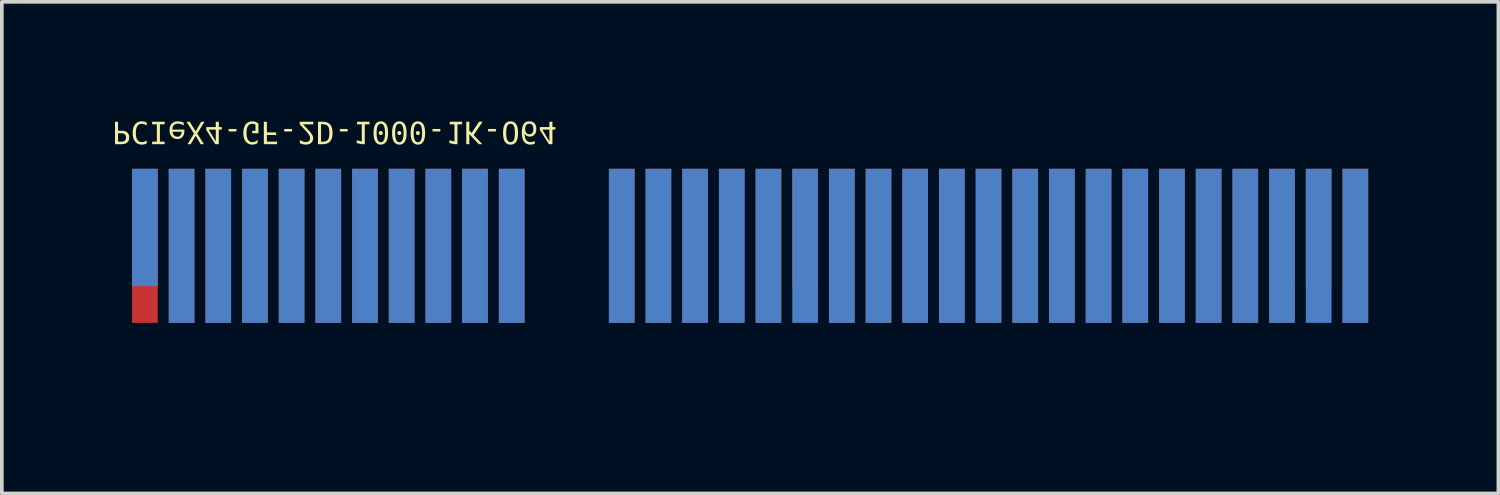
<source format=kicad_pcb>
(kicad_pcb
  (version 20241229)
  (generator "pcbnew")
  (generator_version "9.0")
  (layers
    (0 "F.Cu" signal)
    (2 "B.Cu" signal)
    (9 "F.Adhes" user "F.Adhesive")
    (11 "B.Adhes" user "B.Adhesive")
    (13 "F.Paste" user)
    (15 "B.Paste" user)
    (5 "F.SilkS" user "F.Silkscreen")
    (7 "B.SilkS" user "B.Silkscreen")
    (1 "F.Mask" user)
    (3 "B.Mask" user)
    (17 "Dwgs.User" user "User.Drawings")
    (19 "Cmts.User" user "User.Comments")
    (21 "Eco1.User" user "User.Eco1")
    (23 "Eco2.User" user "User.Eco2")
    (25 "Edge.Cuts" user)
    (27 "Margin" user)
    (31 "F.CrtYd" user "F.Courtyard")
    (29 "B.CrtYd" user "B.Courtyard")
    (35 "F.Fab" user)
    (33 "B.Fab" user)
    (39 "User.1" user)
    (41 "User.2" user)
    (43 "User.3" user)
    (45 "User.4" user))
  (footprint "PCIeX4-GF-2D-1000-1K-O64"
    (layer "F.Cu")
    (at 10.4 3.652)
    (property "Reference" "PCIeX4-GF-2D-1000-1K-O64" (at -10.395 -3.485 180) (unlocked yes) (layer "F.SilkS") (effects (font (face "Consolas") (size 0.6 0.6) (thickness 0.15)) (justify left bottom mirror)))
    (attr allow_soldermask_bridges)
    (fp_rect (start -10.4 3.75) (end 24.4 -2.225) (stroke (width 0) (type default)) (fill yes) (layer "F.Mask"))
    (fp_rect (start -10.4 3.75) (end 24.4 -2.225) (stroke (width 0) (type default)) (fill yes) (layer "B.Mask"))
    (pad "A1" smd rect (at -9.5 -0.5) (size 0.7 3.2) (layers "B.Cu" "B.Mask"))
    (pad "A2" smd rect (at -8.5 0) (size 0.7 4.2) (layers "B.Cu" "B.Mask"))
    (pad "A3" smd rect (at -7.5 0) (size 0.7 4.2) (layers "B.Cu" "B.Mask"))
    (pad "A4" smd rect (at -6.5 0) (size 0.7 4.2) (layers "B.Cu" "B.Mask"))
    (pad "A5" smd rect (at -5.5 0) (size 0.7 4.2) (layers "B.Cu" "B.Mask"))
    (pad "A6" smd rect (at -4.5 0) (size 0.7 4.2) (layers "B.Cu" "B.Mask"))
    (pad "A7" smd rect (at -3.5 0) (size 0.7 4.2) (layers "B.Cu" "B.Mask"))
    (pad "A8" smd rect (at -2.5 0) (size 0.7 4.2) (layers "B.Cu" "B.Mask"))
    (pad "A9" smd rect (at -1.5 0) (size 0.7 4.2) (layers "B.Cu" "B.Mask"))
    (pad "A10" smd rect (at -0.5 0) (size 0.7 4.2) (layers "B.Cu" "B.Mask"))
    (pad "A11" smd rect (at 0.5 0) (size 0.7 4.2) (layers "B.Cu" "B.Mask"))
    (pad "A12" smd rect (at 3.5 0) (size 0.7 4.2) (layers "B.Cu" "B.Mask"))
    (pad "A13" smd rect (at 4.5 0) (size 0.7 4.2) (layers "B.Cu" "B.Mask"))
    (pad "A14" smd rect (at 5.5 0) (size 0.7 4.2) (layers "B.Cu" "B.Mask"))
    (pad "A15" smd rect (at 6.5 0) (size 0.7 4.2) (layers "B.Cu" "B.Mask"))
    (pad "A16" smd rect (at 7.5 0) (size 0.7 4.2) (layers "B.Cu" "B.Mask"))
    (pad "A17" smd rect (at 8.5 0) (size 0.7 4.2) (layers "B.Cu" "B.Mask"))
    (pad "A18" smd rect (at 9.5 0) (size 0.7 4.2) (layers "B.Cu" "B.Mask"))
    (pad "A19" smd rect (at 10.5 0) (size 0.7 4.2) (layers "B.Cu" "B.Mask"))
    (pad "A20" smd rect (at 11.5 0) (size 0.7 4.2) (layers "B.Cu" "B.Mask"))
    (pad "A21" smd rect (at 12.5 0) (size 0.7 4.2) (layers "B.Cu" "B.Mask"))
    (pad "A22" smd rect (at 13.5 0) (size 0.7 4.2) (layers "B.Cu" "B.Mask"))
    (pad "A23" smd rect (at 14.5 0) (size 0.7 4.2) (layers "B.Cu" "B.Mask"))
    (pad "A24" smd rect (at 15.5 0) (size 0.7 4.2) (layers "B.Cu" "B.Mask"))
    (pad "A25" smd rect (at 16.5 0) (size 0.7 4.2) (layers "B.Cu" "B.Mask"))
    (pad "A26" smd rect (at 17.5 0) (size 0.7 4.2) (layers "B.Cu" "B.Mask"))
    (pad "A27" smd rect (at 18.5 0) (size 0.7 4.2) (layers "B.Cu" "B.Mask"))
    (pad "A28" smd rect (at 19.5 0) (size 0.7 4.2) (layers "B.Cu" "B.Mask"))
    (pad "A29" smd rect (at 20.5 0) (size 0.7 4.2) (layers "B.Cu" "B.Mask"))
    (pad "A30" smd rect (at 21.5 0) (size 0.7 4.2) (layers "B.Cu" "B.Mask"))
    (pad "A31" smd rect (at 22.5 0) (size 0.7 4.2) (layers "B.Cu" "B.Mask"))
    (pad "A32" smd rect (at 23.5 0) (size 0.7 4.2) (layers "B.Cu" "B.Mask"))
    (pad "B1" smd rect (at -9.5 0) (size 0.7 4.2) (layers "F.Cu" "F.Mask"))
    (pad "B2" smd rect (at -8.5 0) (size 0.7 4.2) (layers "F.Cu" "F.Mask"))
    (pad "B3" smd rect (at -7.5 0) (size 0.7 4.2) (layers "F.Cu" "F.Mask"))
    (pad "B4" smd rect (at -6.5 0) (size 0.7 4.2) (layers "F.Cu" "F.Mask"))
    (pad "B5" smd rect (at -5.5 0) (size 0.7 4.2) (layers "F.Cu" "F.Mask"))
    (pad "B6" smd rect (at -4.5 0) (size 0.7 4.2) (layers "F.Cu" "F.Mask"))
    (pad "B7" smd rect (at -3.5 0) (size 0.7 4.2) (layers "F.Cu" "F.Mask"))
    (pad "B8" smd rect (at -2.5 0) (size 0.7 4.2) (layers "F.Cu" "F.Mask"))
    (pad "B9" smd rect (at -1.5 0) (size 0.7 4.2) (layers "F.Cu" "F.Mask"))
    (pad "B10" smd rect (at -0.5 0) (size 0.7 4.2) (layers "F.Cu" "F.Mask"))
    (pad "B11" smd rect (at 0.5 0) (size 0.7 4.2) (layers "F.Cu" "F.Mask"))
    (pad "B12" smd rect (at 3.5 0) (size 0.7 4.2) (layers "F.Cu" "F.Mask"))
    (pad "B13" smd rect (at 4.5 0) (size 0.7 4.2) (layers "F.Cu" "F.Mask"))
    (pad "B14" smd rect (at 5.5 0) (size 0.7 4.2) (layers "F.Cu" "F.Mask"))
    (pad "B15" smd rect (at 6.5 0) (size 0.7 4.2) (layers "F.Cu" "F.Mask"))
    (pad "B16" smd rect (at 7.5 0) (size 0.7 4.2) (layers "F.Cu" "F.Mask"))
    (pad "B17" smd rect (at 8.5 -0.5) (size 0.7 3.2) (layers "F.Cu" "F.Mask"))
    (pad "B18" smd rect (at 9.5 0) (size 0.7 4.2) (layers "F.Cu" "F.Mask"))
    (pad "B19" smd rect (at 10.5 0) (size 0.7 4.2) (layers "F.Cu" "F.Mask"))
    (pad "B20" smd rect (at 11.5 0) (size 0.7 4.2) (layers "F.Cu" "F.Mask"))
    (pad "B21" smd rect (at 12.5 0) (size 0.7 4.2) (layers "F.Cu" "F.Mask"))
    (pad "B22" smd rect (at 13.5 0) (size 0.7 4.2) (layers "F.Cu" "F.Mask"))
    (pad "B23" smd rect (at 14.5 0) (size 0.7 4.2) (layers "F.Cu" "F.Mask"))
    (pad "B24" smd rect (at 15.5 0) (size 0.7 4.2) (layers "F.Cu" "F.Mask"))
    (pad "B25" smd rect (at 16.5 0) (size 0.7 4.2) (layers "F.Cu" "F.Mask"))
    (pad "B26" smd rect (at 17.5 0) (size 0.7 4.2) (layers "F.Cu" "F.Mask"))
    (pad "B27" smd rect (at 18.5 0) (size 0.7 4.2) (layers "F.Cu" "F.Mask"))
    (pad "B28" smd rect (at 19.5 0) (size 0.7 4.2) (layers "F.Cu" "F.Mask"))
    (pad "B29" smd rect (at 20.5 0) (size 0.7 4.2) (layers "F.Cu" "F.Mask"))
    (pad "B30" smd rect (at 21.5 0) (size 0.7 4.2) (layers "F.Cu" "F.Mask"))
    (pad "B31" smd rect (at 22.5 -0.5) (size 0.7 3.2) (layers "F.Cu" "F.Mask"))
    (pad "B32" smd rect (at 23.5 0) (size 0.7 4.2) (layers "F.Cu" "F.Mask")))
  (gr_rect
    (start -3 -3)
    (end 37.8 10.402)
    (stroke (width 0.1) (type default))
    (fill no)
    (layer "Edge.Cuts")))
</source>
